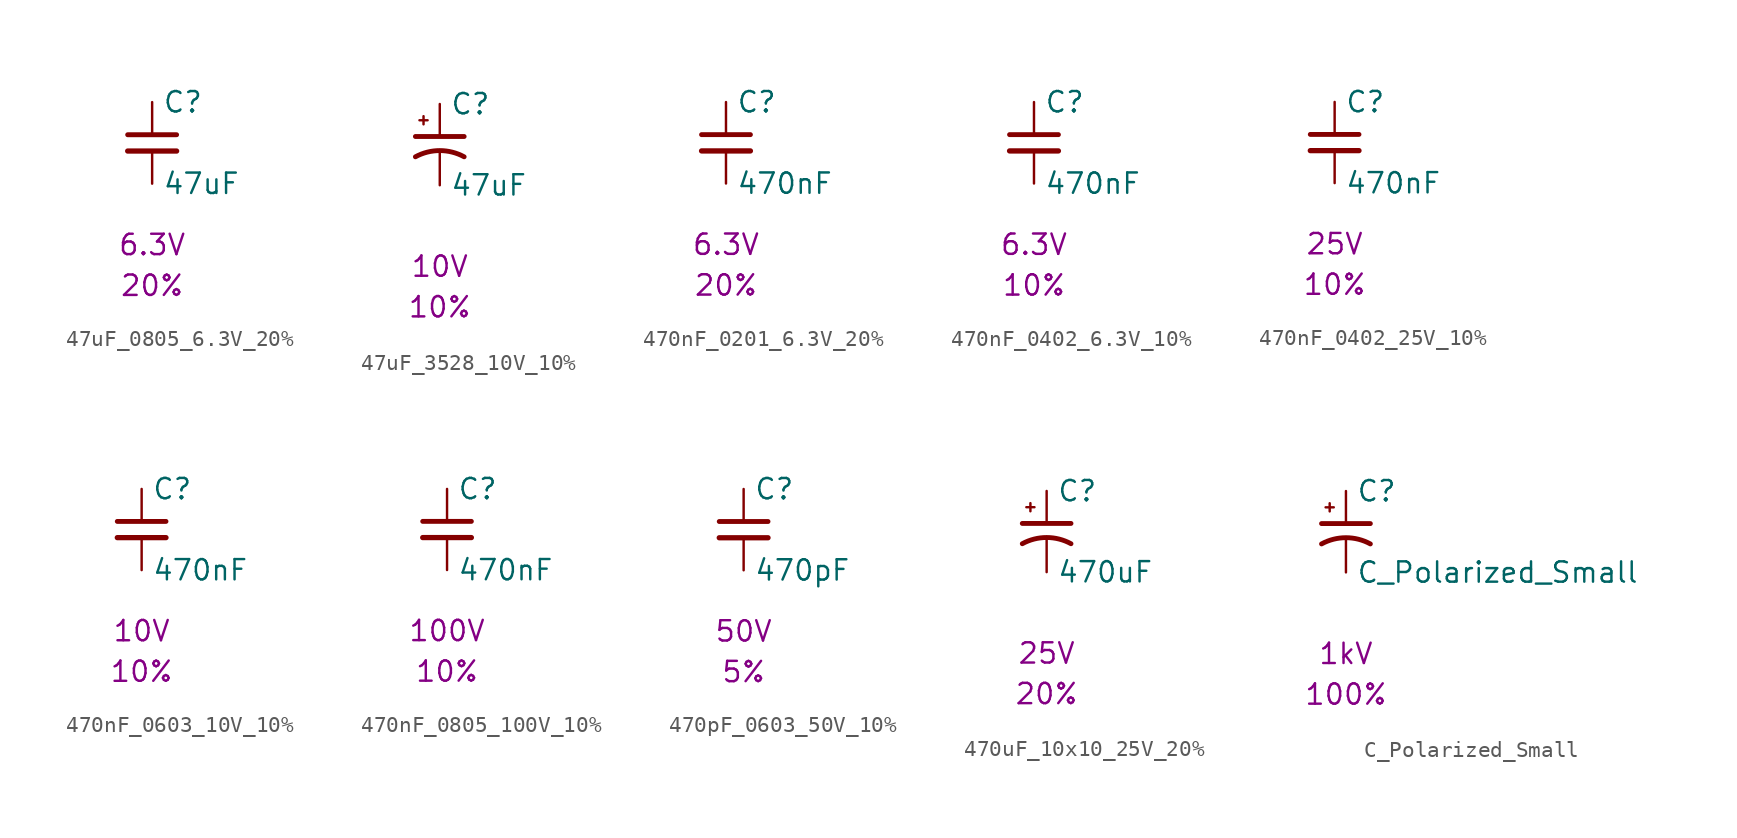
<source format=kicad_sym>
(kicad_symbol_lib
  (version 20241209)
  (generator "kicad_symbol_editor")
  (generator_version "9.0")
  (symbol "47uF_0805_6.3V_20%"
    (pin_numbers
      (hide yes))
    (pin_names
      (offset 0.254))
    (property "Reference" "C"
      (at 0.635 2.54 0)
      (effects (font (size 1.27 1.27)) (justify left)))
    (property "Value" "47uF"
      (at 0.635 -2.54 0)
      (effects (font (size 1.27 1.27)) (justify left)))
    (property "Voltage" "6.3V"
      (at 0 -6.35 0)
      (effects (font (size 1.27 1.27))))
    (property "Tolerance" "20%"
      (at 0 -8.89 0)
      (effects (font (size 1.27 1.27))))
    (symbol "47uF_0805_6.3V_20%_0_1"
      (polyline (pts (xy -1.524 0.508) (xy 1.524 0.508)) (stroke (width 0.305) (type default)) (fill (type none)))
      (polyline (pts (xy -1.524 -0.508) (xy 1.524 -0.508)) (stroke (width 0.33) (type default)) (fill (type none))))
    (symbol "47uF_0805_6.3V_20%_1_1"
      (pin passive line (at 0 2.54 270) (length 2.032) (name "~" (effects (font (size 1.27 1.27)))) (number "1" (effects (font (size 1.27 1.27)))))
      (pin passive line (at 0 -2.54 90) (length 2.032) (name "~" (effects (font (size 1.27 1.27)))) (number "2" (effects (font (size 1.27 1.27)))))))
  (symbol "47uF_3528_10V_10%"
    (pin_numbers
      (hide yes))
    (pin_names
      (offset 0.254)
      (hide yes))
    (property "Reference" "C"
      (at 0.635 2.54 0)
      (effects (font (size 1.27 1.27)) (justify left)))
    (property "Value" "47uF"
      (at 0.635 -2.54 0)
      (effects (font (size 1.27 1.27)) (justify left)))
    (property "Voltage" "10V"
      (at 0 -7.62 0)
      (effects (font (size 1.27 1.27))))
    (property "Tolerance" "10%"
      (at 0 -10.16 0)
      (effects (font (size 1.27 1.27))))
    (symbol "47uF_3528_10V_10%_0_1"
      (polyline (pts (xy -1.524 0.508) (xy 1.524 0.508)) (stroke (width 0.305) (type default)) (fill (type none)))
      (polyline (pts (xy -1.27 1.524) (xy -0.762 1.524)) (stroke (width 0) (type default)) (fill (type none)))
      (polyline (pts (xy -1.016 1.27) (xy -1.016 1.778)) (stroke (width 0) (type default)) (fill (type none)))
      (arc (start -1.524 -0.762) (mid 0 -0.3734) (end 1.524 -0.762) (stroke (width 0.3048) (type default)) (fill (type none))))
    (symbol "47uF_3528_10V_10%_1_1"
      (pin passive line (at 0 2.54 270) (length 2.032) (name "~" (effects (font (size 1.27 1.27)))) (number "1" (effects (font (size 1.27 1.27)))))
      (pin passive line (at 0 -2.54 90) (length 2.032) (name "~" (effects (font (size 1.27 1.27)))) (number "2" (effects (font (size 1.27 1.27)))))))
  (symbol "470nF_0201_6.3V_20%"
    (pin_numbers
      (hide yes))
    (pin_names
      (offset 0.254))
    (property "Reference" "C"
      (at 0.635 2.54 0)
      (effects (font (size 1.27 1.27)) (justify left)))
    (property "Value" "470nF"
      (at 0.635 -2.54 0)
      (effects (font (size 1.27 1.27)) (justify left)))
    (property "Voltage" "6.3V"
      (at 0 -6.35 0)
      (effects (font (size 1.27 1.27))))
    (property "Tolerance" "20%"
      (at 0 -8.89 0)
      (effects (font (size 1.27 1.27))))
    (symbol "470nF_0201_6.3V_20%_0_1"
      (polyline (pts (xy -1.524 0.508) (xy 1.524 0.508)) (stroke (width 0.305) (type default)) (fill (type none)))
      (polyline (pts (xy -1.524 -0.508) (xy 1.524 -0.508)) (stroke (width 0.33) (type default)) (fill (type none))))
    (symbol "470nF_0201_6.3V_20%_1_1"
      (pin passive line (at 0 2.54 270) (length 2.032) (name "~" (effects (font (size 1.27 1.27)))) (number "1" (effects (font (size 1.27 1.27)))))
      (pin passive line (at 0 -2.54 90) (length 2.032) (name "~" (effects (font (size 1.27 1.27)))) (number "2" (effects (font (size 1.27 1.27)))))))
  (symbol "470nF_0402_6.3V_10%"
    (pin_numbers
      (hide yes))
    (pin_names
      (offset 0.254))
    (property "Reference" "C"
      (at 0.635 2.54 0)
      (effects (font (size 1.27 1.27)) (justify left)))
    (property "Value" "470nF"
      (at 0.635 -2.54 0)
      (effects (font (size 1.27 1.27)) (justify left)))
    (property "Voltage" "6.3V"
      (at 0 -6.35 0)
      (effects (font (size 1.27 1.27))))
    (property "Tolerance" "10%"
      (at 0 -8.89 0)
      (effects (font (size 1.27 1.27))))
    (symbol "470nF_0402_6.3V_10%_0_1"
      (polyline (pts (xy -1.524 0.508) (xy 1.524 0.508)) (stroke (width 0.305) (type default)) (fill (type none)))
      (polyline (pts (xy -1.524 -0.508) (xy 1.524 -0.508)) (stroke (width 0.33) (type default)) (fill (type none))))
    (symbol "470nF_0402_6.3V_10%_1_1"
      (pin passive line (at 0 2.54 270) (length 2.032) (name "~" (effects (font (size 1.27 1.27)))) (number "1" (effects (font (size 1.27 1.27)))))
      (pin passive line (at 0 -2.54 90) (length 2.032) (name "~" (effects (font (size 1.27 1.27)))) (number "2" (effects (font (size 1.27 1.27)))))))
  (symbol "470nF_0402_25V_10%"
    (pin_numbers
      (hide yes))
    (pin_names
      (offset 0.254))
    (property "Reference" "C"
      (at 0.635 2.54 0)
      (effects (font (size 1.27 1.27)) (justify left)))
    (property "Value" "470nF"
      (at 0.635 -2.54 0)
      (effects (font (size 1.27 1.27)) (justify left)))
    (property "Voltage" "25V"
      (at 0 -6.35 0)
      (effects (font (size 1.27 1.27))))
    (property "Tolerance" "10%"
      (at 0 -8.89 0)
      (effects (font (size 1.27 1.27))))
    (symbol "470nF_0402_25V_10%_0_1"
      (polyline (pts (xy -1.524 0.508) (xy 1.524 0.508)) (stroke (width 0.305) (type default)) (fill (type none)))
      (polyline (pts (xy -1.524 -0.508) (xy 1.524 -0.508)) (stroke (width 0.33) (type default)) (fill (type none))))
    (symbol "470nF_0402_25V_10%_1_1"
      (pin passive line (at 0 2.54 270) (length 2.032) (name "~" (effects (font (size 1.27 1.27)))) (number "1" (effects (font (size 1.27 1.27)))))
      (pin passive line (at 0 -2.54 90) (length 2.032) (name "~" (effects (font (size 1.27 1.27)))) (number "2" (effects (font (size 1.27 1.27)))))))
  (symbol "470nF_0603_10V_10%"
    (pin_numbers
      (hide yes))
    (pin_names
      (offset 0.254))
    (property "Reference" "C"
      (at 0.635 2.54 0)
      (effects (font (size 1.27 1.27)) (justify left)))
    (property "Value" "470nF"
      (at 0.635 -2.54 0)
      (effects (font (size 1.27 1.27)) (justify left)))
    (property "Voltage" "10V"
      (at 0 -6.35 0)
      (effects (font (size 1.27 1.27))))
    (property "Tolerance" "10%"
      (at 0 -8.89 0)
      (effects (font (size 1.27 1.27))))
    (symbol "470nF_0603_10V_10%_0_1"
      (polyline (pts (xy -1.524 0.508) (xy 1.524 0.508)) (stroke (width 0.305) (type default)) (fill (type none)))
      (polyline (pts (xy -1.524 -0.508) (xy 1.524 -0.508)) (stroke (width 0.33) (type default)) (fill (type none))))
    (symbol "470nF_0603_10V_10%_1_1"
      (pin passive line (at 0 2.54 270) (length 2.032) (name "~" (effects (font (size 1.27 1.27)))) (number "1" (effects (font (size 1.27 1.27)))))
      (pin passive line (at 0 -2.54 90) (length 2.032) (name "~" (effects (font (size 1.27 1.27)))) (number "2" (effects (font (size 1.27 1.27)))))))
  (symbol "470nF_0805_100V_10%"
    (pin_numbers
      (hide yes))
    (pin_names
      (offset 0.254))
    (property "Reference" "C"
      (at 0.635 2.54 0)
      (effects (font (size 1.27 1.27)) (justify left)))
    (property "Value" "470nF"
      (at 0.635 -2.54 0)
      (effects (font (size 1.27 1.27)) (justify left)))
    (property "Voltage" "100V"
      (at 0 -6.35 0)
      (effects (font (size 1.27 1.27))))
    (property "Tolerance" "10%"
      (at 0 -8.89 0)
      (effects (font (size 1.27 1.27))))
    (symbol "470nF_0805_100V_10%_0_1"
      (polyline (pts (xy -1.524 0.508) (xy 1.524 0.508)) (stroke (width 0.305) (type default)) (fill (type none)))
      (polyline (pts (xy -1.524 -0.508) (xy 1.524 -0.508)) (stroke (width 0.33) (type default)) (fill (type none))))
    (symbol "470nF_0805_100V_10%_1_1"
      (pin passive line (at 0 2.54 270) (length 2.032) (name "~" (effects (font (size 1.27 1.27)))) (number "1" (effects (font (size 1.27 1.27)))))
      (pin passive line (at 0 -2.54 90) (length 2.032) (name "~" (effects (font (size 1.27 1.27)))) (number "2" (effects (font (size 1.27 1.27)))))))
  (symbol "470pF_0603_50V_10%"
    (pin_numbers
      (hide yes))
    (pin_names
      (offset 0.254))
    (property "Reference" "C"
      (at 0.635 2.54 0)
      (effects (font (size 1.27 1.27)) (justify left)))
    (property "Value" "470pF"
      (at 0.635 -2.54 0)
      (effects (font (size 1.27 1.27)) (justify left)))
    (property "Voltage" "50V"
      (at 0 -6.35 0)
      (effects (font (size 1.27 1.27))))
    (property "Tolerance" "5%"
      (at 0 -8.89 0)
      (effects (font (size 1.27 1.27))))
    (symbol "470pF_0603_50V_10%_0_1"
      (polyline (pts (xy -1.524 0.508) (xy 1.524 0.508)) (stroke (width 0.305) (type default)) (fill (type none)))
      (polyline (pts (xy -1.524 -0.508) (xy 1.524 -0.508)) (stroke (width 0.33) (type default)) (fill (type none))))
    (symbol "470pF_0603_50V_10%_1_1"
      (pin passive line (at 0 2.54 270) (length 2.032) (name "~" (effects (font (size 1.27 1.27)))) (number "1" (effects (font (size 1.27 1.27)))))
      (pin passive line (at 0 -2.54 90) (length 2.032) (name "~" (effects (font (size 1.27 1.27)))) (number "2" (effects (font (size 1.27 1.27)))))))
  (symbol "470uF_10x10_25V_20%"
    (pin_numbers
      (hide yes))
    (pin_names
      (offset 0.254)
      (hide yes))
    (property "Reference" "C"
      (at 0.635 2.54 0)
      (effects (font (size 1.27 1.27)) (justify left)))
    (property "Value" "470uF"
      (at 0.635 -2.54 0)
      (effects (font (size 1.27 1.27)) (justify left)))
    (property "Voltage" "25V"
      (at 0 -7.62 0)
      (effects (font (size 1.27 1.27))))
    (property "Tolerance" "20%"
      (at 0 -10.16 0)
      (effects (font (size 1.27 1.27))))
    (symbol "470uF_10x10_25V_20%_0_1"
      (polyline (pts (xy -1.524 0.508) (xy 1.524 0.508)) (stroke (width 0.305) (type default)) (fill (type none)))
      (polyline (pts (xy -1.27 1.524) (xy -0.762 1.524)) (stroke (width 0) (type default)) (fill (type none)))
      (polyline (pts (xy -1.016 1.27) (xy -1.016 1.778)) (stroke (width 0) (type default)) (fill (type none)))
      (arc (start -1.524 -0.762) (mid 0 -0.3734) (end 1.524 -0.762) (stroke (width 0.3048) (type default)) (fill (type none))))
    (symbol "470uF_10x10_25V_20%_1_1"
      (pin passive line (at 0 2.54 270) (length 2.032) (name "~" (effects (font (size 1.27 1.27)))) (number "1" (effects (font (size 1.27 1.27)))))
      (pin passive line (at 0 -2.54 90) (length 2.032) (name "~" (effects (font (size 1.27 1.27)))) (number "2" (effects (font (size 1.27 1.27)))))))
  (symbol "C_Polarized_Small"
    (pin_numbers
      (hide yes))
    (pin_names
      (offset 0.254)
      (hide yes))
    (property "Reference" "C"
      (at 0.635 2.54 0)
      (effects (font (size 1.27 1.27)) (justify left)))
    (property "Value" "C_Polarized_Small"
      (at 0.635 -2.54 0)
      (effects (font (size 1.27 1.27)) (justify left)))
    (property "Voltage" "1kV"
      (at 0 -7.62 0)
      (effects (font (size 1.27 1.27))))
    (property "Tolerance" "100%"
      (at 0 -10.16 0)
      (effects (font (size 1.27 1.27))))
    (symbol "C_Polarized_Small_0_1"
      (polyline (pts (xy -1.524 0.508) (xy 1.524 0.508)) (stroke (width 0.305) (type default)) (fill (type none)))
      (polyline (pts (xy -1.27 1.524) (xy -0.762 1.524)) (stroke (width 0) (type default)) (fill (type none)))
      (polyline (pts (xy -1.016 1.27) (xy -1.016 1.778)) (stroke (width 0) (type default)) (fill (type none)))
      (arc (start -1.524 -0.762) (mid 0 -0.3734) (end 1.524 -0.762) (stroke (width 0.3048) (type default)) (fill (type none))))
    (symbol "C_Polarized_Small_1_1"
      (pin passive line (at 0 2.54 270) (length 2.032) (name "~" (effects (font (size 1.27 1.27)))) (number "1" (effects (font (size 1.27 1.27)))))
      (pin passive line (at 0 -2.54 90) (length 2.032) (name "~" (effects (font (size 1.27 1.27)))) (number "2" (effects (font (size 1.27 1.27))))))))
</source>
